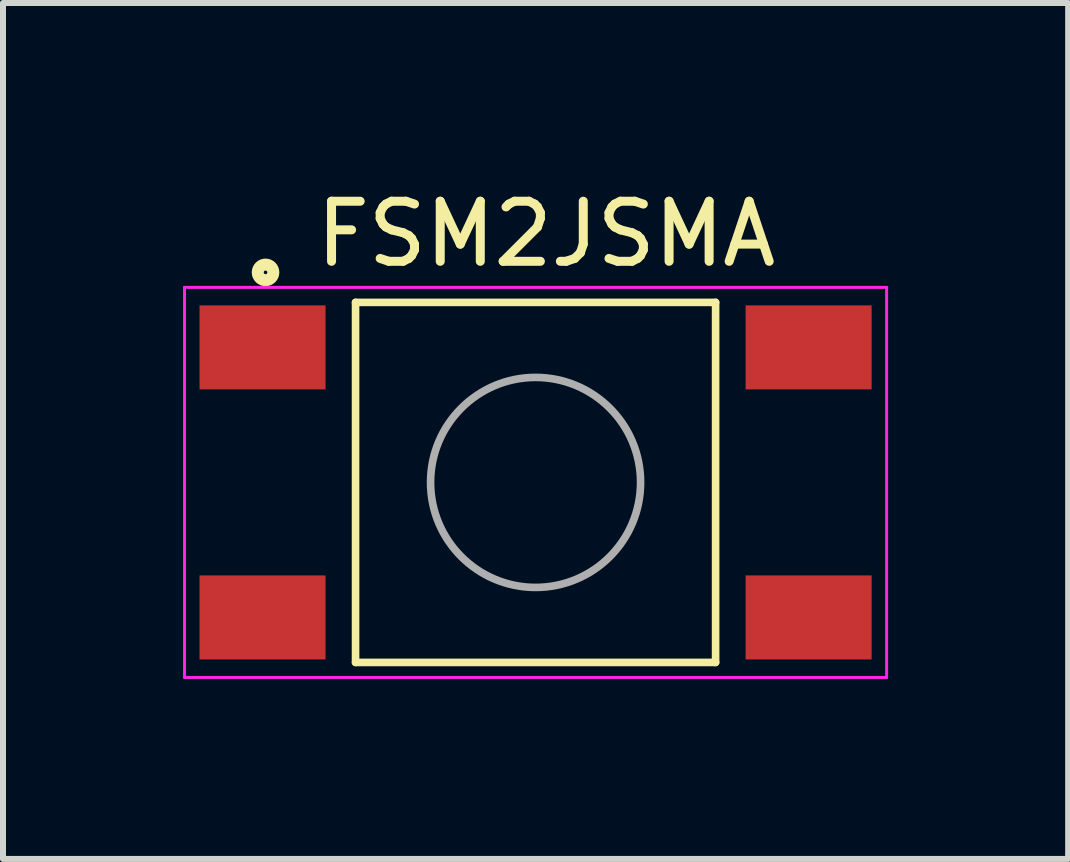
<source format=kicad_pcb>
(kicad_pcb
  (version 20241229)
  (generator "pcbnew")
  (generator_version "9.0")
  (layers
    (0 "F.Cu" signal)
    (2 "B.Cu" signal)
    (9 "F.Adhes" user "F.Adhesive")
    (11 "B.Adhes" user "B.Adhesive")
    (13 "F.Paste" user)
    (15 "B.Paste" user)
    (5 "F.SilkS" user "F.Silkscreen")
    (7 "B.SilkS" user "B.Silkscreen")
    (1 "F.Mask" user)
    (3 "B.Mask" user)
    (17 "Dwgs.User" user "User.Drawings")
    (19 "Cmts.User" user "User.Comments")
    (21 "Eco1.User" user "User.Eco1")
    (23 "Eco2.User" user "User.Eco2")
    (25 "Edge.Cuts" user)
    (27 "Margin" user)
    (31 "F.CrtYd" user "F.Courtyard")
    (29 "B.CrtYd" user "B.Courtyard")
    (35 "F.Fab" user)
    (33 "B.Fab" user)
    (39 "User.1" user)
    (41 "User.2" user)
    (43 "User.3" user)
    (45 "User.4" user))
  (footprint "FSM2JSMA"
    (layer "F.Cu")
    (at 5.875 4.989)
    (property "Reference" "FSM2JSMA" (at 0.175 -4.14 0) (layer "F.SilkS") (effects (font (size 1.001 1.001) (thickness 0.15))))
    (attr through_hole)
    (fp_line (start -3 -3) (end 3 -3) (stroke (width 0.127) (type solid)) (layer "F.SilkS"))
    (fp_line (start -3 3) (end -3 -3) (stroke (width 0.127) (type solid)) (layer "F.SilkS"))
    (fp_line (start 3 -3) (end 3 3) (stroke (width 0.127) (type solid)) (layer "F.SilkS"))
    (fp_line (start 3 3) (end -3 3) (stroke (width 0.127) (type solid)) (layer "F.SilkS"))
    (fp_circle (center -4.5 -3.5) (end -4.37 -3.5) (stroke (width 0.2) (type solid)) (fill no) (layer "F.SilkS"))
    (fp_line (start -5.85 -3.25) (end 5.85 -3.25) (stroke (width 0.05) (type solid)) (layer "F.CrtYd"))
    (fp_line (start -5.85 3.25) (end -5.85 -3.25) (stroke (width 0.05) (type solid)) (layer "F.CrtYd"))
    (fp_line (start 5.85 -3.25) (end 5.85 3.25) (stroke (width 0.05) (type solid)) (layer "F.CrtYd"))
    (fp_line (start 5.85 3.25) (end -5.85 3.25) (stroke (width 0.05) (type solid)) (layer "F.CrtYd"))
    (fp_circle (center 0 0) (end 1.75 0) (stroke (width 0.127) (type solid)) (fill no) (layer "F.Fab"))
    (pad "1" smd rect (at -4.55 -2.25 90) (size 1.4 2.1) (layers "F.Cu" "F.Mask" "F.Paste"))
    (pad "2" smd rect (at 4.55 -2.25 90) (size 1.4 2.1) (layers "F.Cu" "F.Mask" "F.Paste"))
    (pad "3" smd rect (at -4.55 2.25 90) (size 1.4 2.1) (layers "F.Cu" "F.Mask" "F.Paste"))
    (pad "4" smd rect (at 4.55 2.25 90) (size 1.4 2.1) (layers "F.Cu" "F.Mask" "F.Paste")))
  (gr_rect
    (start -3 -3)
    (end 14.75 11.264)
    (stroke (width 0.1) (type default))
    (fill no)
    (layer "Edge.Cuts")))
</source>
